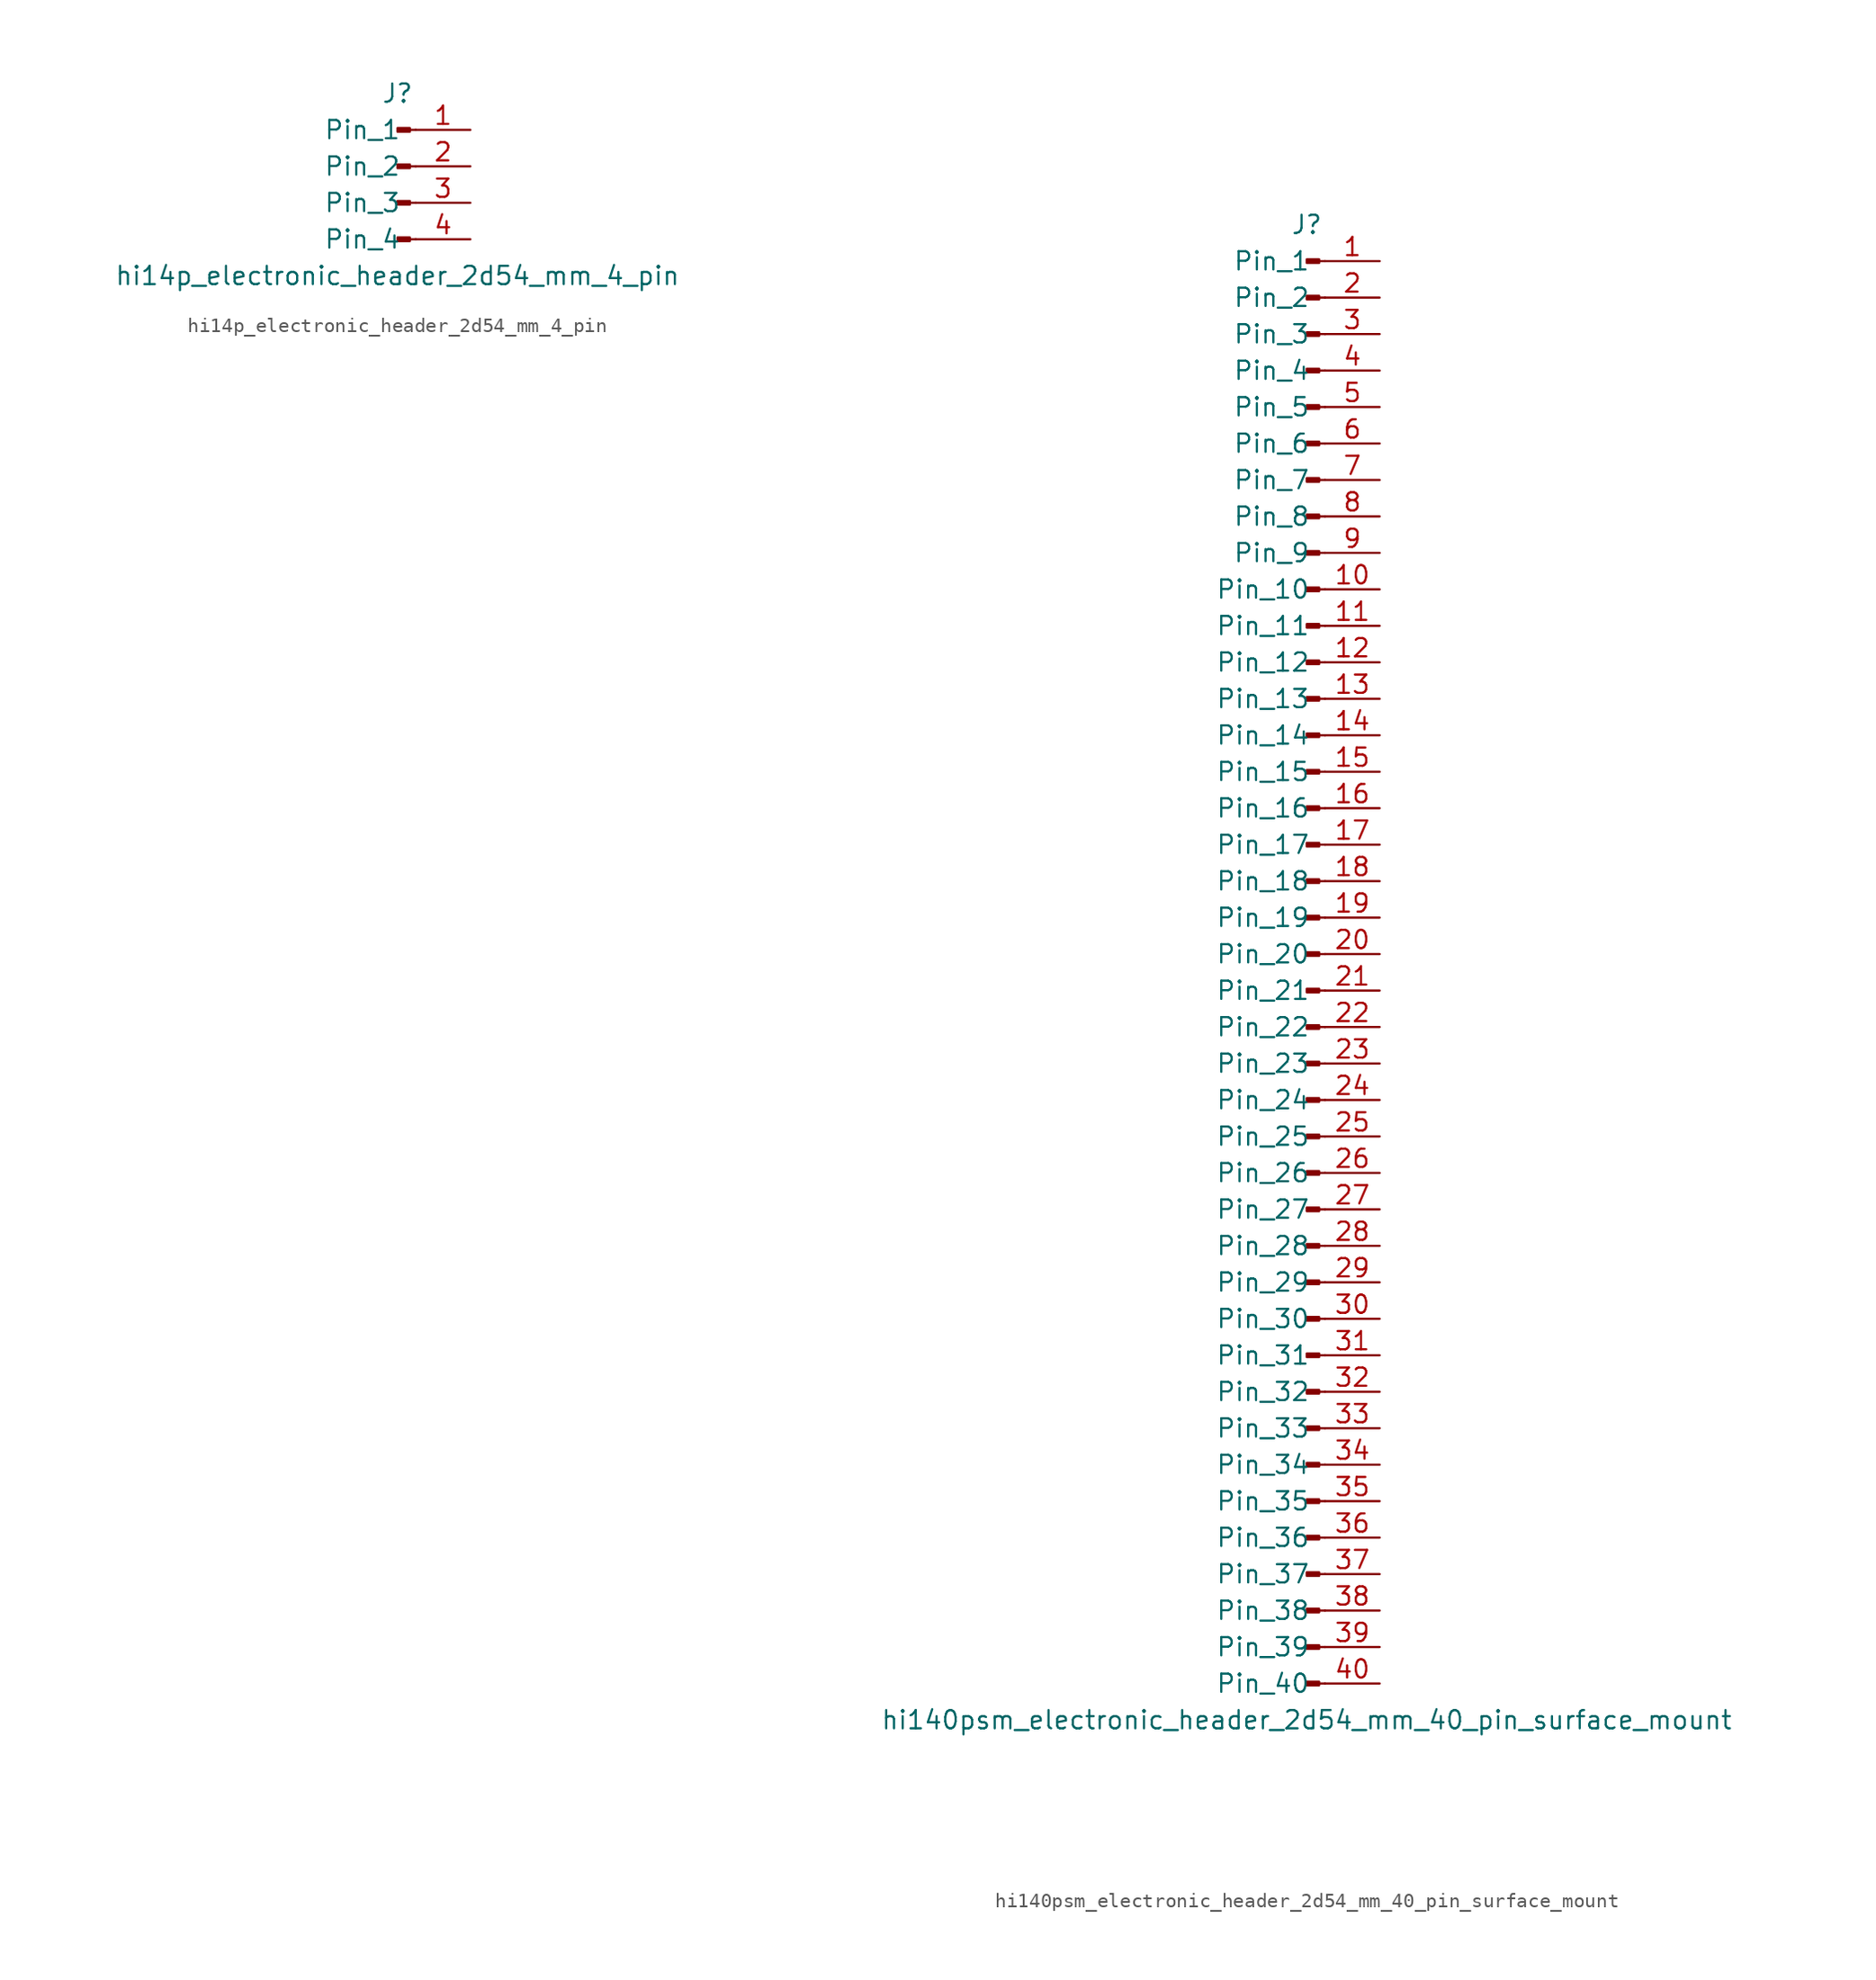
<source format=kicad_sym>
(kicad_symbol_lib
  (version 20220914)
  (generator kicad_symbol_editor)
  (symbol "hi14p_electronic_header_2d54_mm_4_pin"
    (pin_names
      (offset 1.016))
    (property "Reference" "J"
      (at 0 5.08 0)
      (effects (font (size 1.27 1.27))))
    (property "Value" "hi14p_electronic_header_2d54_mm_4_pin"
      (at 0 -7.62 0)
      (effects (font (size 1.27 1.27))))
    (property "ki_locked" ""
      (at 0 0 0)
      (effects (font (size 1.27 1.27))))
    (symbol "hi14p_electronic_header_2d54_mm_4_pin_1_1"
      (polyline (pts (xy 1.27 -5.08) (xy 0.864 -5.08)) (stroke (width 0.152) (type default)) (fill (type none)))
      (polyline (pts (xy 1.27 -2.54) (xy 0.864 -2.54)) (stroke (width 0.152) (type default)) (fill (type none)))
      (polyline (pts (xy 1.27 0) (xy 0.864 0)) (stroke (width 0.152) (type default)) (fill (type none)))
      (polyline (pts (xy 1.27 2.54) (xy 0.864 2.54)) (stroke (width 0.152) (type default)) (fill (type none)))
      (rectangle (start 0.864 -4.953) (end 0 -5.207) (stroke (width 0.152) (type default)) (fill (type outline)))
      (rectangle (start 0.864 -2.413) (end 0 -2.667) (stroke (width 0.152) (type default)) (fill (type outline)))
      (rectangle (start 0.864 0.127) (end 0 -0.127) (stroke (width 0.152) (type default)) (fill (type outline)))
      (rectangle (start 0.864 2.667) (end 0 2.413) (stroke (width 0.152) (type default)) (fill (type outline)))
      (pin passive line (at 5.08 2.54 180) (length 3.81) (name "Pin_1" (effects (font (size 1.27 1.27)))) (number "1" (effects (font (size 1.27 1.27)))))
      (pin passive line (at 5.08 0 180) (length 3.81) (name "Pin_2" (effects (font (size 1.27 1.27)))) (number "2" (effects (font (size 1.27 1.27)))))
      (pin passive line (at 5.08 -2.54 180) (length 3.81) (name "Pin_3" (effects (font (size 1.27 1.27)))) (number "3" (effects (font (size 1.27 1.27)))))
      (pin passive line (at 5.08 -5.08 180) (length 3.81) (name "Pin_4" (effects (font (size 1.27 1.27)))) (number "4" (effects (font (size 1.27 1.27)))))))
  (symbol "hi140psm_electronic_header_2d54_mm_40_pin_surface_mount"
    (pin_names
      (offset 1.016))
    (property "Reference" "J"
      (at 0 50.8 0)
      (effects (font (size 1.27 1.27))))
    (property "Value" "hi140psm_electronic_header_2d54_mm_40_pin_surface_mount"
      (at 0 -53.34 0)
      (effects (font (size 1.27 1.27))))
    (property "ki_locked" ""
      (at 0 0 0)
      (effects (font (size 1.27 1.27))))
    (symbol "hi140psm_electronic_header_2d54_mm_40_pin_surface_mount_1_1"
      (polyline (pts (xy 1.27 -50.8) (xy 0.864 -50.8)) (stroke (width 0.152) (type default)) (fill (type none)))
      (polyline (pts (xy 1.27 -48.26) (xy 0.864 -48.26)) (stroke (width 0.152) (type default)) (fill (type none)))
      (polyline (pts (xy 1.27 -45.72) (xy 0.864 -45.72)) (stroke (width 0.152) (type default)) (fill (type none)))
      (polyline (pts (xy 1.27 -43.18) (xy 0.864 -43.18)) (stroke (width 0.152) (type default)) (fill (type none)))
      (polyline (pts (xy 1.27 -40.64) (xy 0.864 -40.64)) (stroke (width 0.152) (type default)) (fill (type none)))
      (polyline (pts (xy 1.27 -38.1) (xy 0.864 -38.1)) (stroke (width 0.152) (type default)) (fill (type none)))
      (polyline (pts (xy 1.27 -35.56) (xy 0.864 -35.56)) (stroke (width 0.152) (type default)) (fill (type none)))
      (polyline (pts (xy 1.27 -33.02) (xy 0.864 -33.02)) (stroke (width 0.152) (type default)) (fill (type none)))
      (polyline (pts (xy 1.27 -30.48) (xy 0.864 -30.48)) (stroke (width 0.152) (type default)) (fill (type none)))
      (polyline (pts (xy 1.27 -27.94) (xy 0.864 -27.94)) (stroke (width 0.152) (type default)) (fill (type none)))
      (polyline (pts (xy 1.27 -25.4) (xy 0.864 -25.4)) (stroke (width 0.152) (type default)) (fill (type none)))
      (polyline (pts (xy 1.27 -22.86) (xy 0.864 -22.86)) (stroke (width 0.152) (type default)) (fill (type none)))
      (polyline (pts (xy 1.27 -20.32) (xy 0.864 -20.32)) (stroke (width 0.152) (type default)) (fill (type none)))
      (polyline (pts (xy 1.27 -17.78) (xy 0.864 -17.78)) (stroke (width 0.152) (type default)) (fill (type none)))
      (polyline (pts (xy 1.27 -15.24) (xy 0.864 -15.24)) (stroke (width 0.152) (type default)) (fill (type none)))
      (polyline (pts (xy 1.27 -12.7) (xy 0.864 -12.7)) (stroke (width 0.152) (type default)) (fill (type none)))
      (polyline (pts (xy 1.27 -10.16) (xy 0.864 -10.16)) (stroke (width 0.152) (type default)) (fill (type none)))
      (polyline (pts (xy 1.27 -7.62) (xy 0.864 -7.62)) (stroke (width 0.152) (type default)) (fill (type none)))
      (polyline (pts (xy 1.27 -5.08) (xy 0.864 -5.08)) (stroke (width 0.152) (type default)) (fill (type none)))
      (polyline (pts (xy 1.27 -2.54) (xy 0.864 -2.54)) (stroke (width 0.152) (type default)) (fill (type none)))
      (polyline (pts (xy 1.27 0) (xy 0.864 0)) (stroke (width 0.152) (type default)) (fill (type none)))
      (polyline (pts (xy 1.27 2.54) (xy 0.864 2.54)) (stroke (width 0.152) (type default)) (fill (type none)))
      (polyline (pts (xy 1.27 5.08) (xy 0.864 5.08)) (stroke (width 0.152) (type default)) (fill (type none)))
      (polyline (pts (xy 1.27 7.62) (xy 0.864 7.62)) (stroke (width 0.152) (type default)) (fill (type none)))
      (polyline (pts (xy 1.27 10.16) (xy 0.864 10.16)) (stroke (width 0.152) (type default)) (fill (type none)))
      (polyline (pts (xy 1.27 12.7) (xy 0.864 12.7)) (stroke (width 0.152) (type default)) (fill (type none)))
      (polyline (pts (xy 1.27 15.24) (xy 0.864 15.24)) (stroke (width 0.152) (type default)) (fill (type none)))
      (polyline (pts (xy 1.27 17.78) (xy 0.864 17.78)) (stroke (width 0.152) (type default)) (fill (type none)))
      (polyline (pts (xy 1.27 20.32) (xy 0.864 20.32)) (stroke (width 0.152) (type default)) (fill (type none)))
      (polyline (pts (xy 1.27 22.86) (xy 0.864 22.86)) (stroke (width 0.152) (type default)) (fill (type none)))
      (polyline (pts (xy 1.27 25.4) (xy 0.864 25.4)) (stroke (width 0.152) (type default)) (fill (type none)))
      (polyline (pts (xy 1.27 27.94) (xy 0.864 27.94)) (stroke (width 0.152) (type default)) (fill (type none)))
      (polyline (pts (xy 1.27 30.48) (xy 0.864 30.48)) (stroke (width 0.152) (type default)) (fill (type none)))
      (polyline (pts (xy 1.27 33.02) (xy 0.864 33.02)) (stroke (width 0.152) (type default)) (fill (type none)))
      (polyline (pts (xy 1.27 35.56) (xy 0.864 35.56)) (stroke (width 0.152) (type default)) (fill (type none)))
      (polyline (pts (xy 1.27 38.1) (xy 0.864 38.1)) (stroke (width 0.152) (type default)) (fill (type none)))
      (polyline (pts (xy 1.27 40.64) (xy 0.864 40.64)) (stroke (width 0.152) (type default)) (fill (type none)))
      (polyline (pts (xy 1.27 43.18) (xy 0.864 43.18)) (stroke (width 0.152) (type default)) (fill (type none)))
      (polyline (pts (xy 1.27 45.72) (xy 0.864 45.72)) (stroke (width 0.152) (type default)) (fill (type none)))
      (polyline (pts (xy 1.27 48.26) (xy 0.864 48.26)) (stroke (width 0.152) (type default)) (fill (type none)))
      (rectangle (start 0.864 -50.673) (end 0 -50.927) (stroke (width 0.152) (type default)) (fill (type outline)))
      (rectangle (start 0.864 -48.133) (end 0 -48.387) (stroke (width 0.152) (type default)) (fill (type outline)))
      (rectangle (start 0.864 -45.593) (end 0 -45.847) (stroke (width 0.152) (type default)) (fill (type outline)))
      (rectangle (start 0.864 -43.053) (end 0 -43.307) (stroke (width 0.152) (type default)) (fill (type outline)))
      (rectangle (start 0.864 -40.513) (end 0 -40.767) (stroke (width 0.152) (type default)) (fill (type outline)))
      (rectangle (start 0.864 -37.973) (end 0 -38.227) (stroke (width 0.152) (type default)) (fill (type outline)))
      (rectangle (start 0.864 -35.433) (end 0 -35.687) (stroke (width 0.152) (type default)) (fill (type outline)))
      (rectangle (start 0.864 -32.893) (end 0 -33.147) (stroke (width 0.152) (type default)) (fill (type outline)))
      (rectangle (start 0.864 -30.353) (end 0 -30.607) (stroke (width 0.152) (type default)) (fill (type outline)))
      (rectangle (start 0.864 -27.813) (end 0 -28.067) (stroke (width 0.152) (type default)) (fill (type outline)))
      (rectangle (start 0.864 -25.273) (end 0 -25.527) (stroke (width 0.152) (type default)) (fill (type outline)))
      (rectangle (start 0.864 -22.733) (end 0 -22.987) (stroke (width 0.152) (type default)) (fill (type outline)))
      (rectangle (start 0.864 -20.193) (end 0 -20.447) (stroke (width 0.152) (type default)) (fill (type outline)))
      (rectangle (start 0.864 -17.653) (end 0 -17.907) (stroke (width 0.152) (type default)) (fill (type outline)))
      (rectangle (start 0.864 -15.113) (end 0 -15.367) (stroke (width 0.152) (type default)) (fill (type outline)))
      (rectangle (start 0.864 -12.573) (end 0 -12.827) (stroke (width 0.152) (type default)) (fill (type outline)))
      (rectangle (start 0.864 -10.033) (end 0 -10.287) (stroke (width 0.152) (type default)) (fill (type outline)))
      (rectangle (start 0.864 -7.493) (end 0 -7.747) (stroke (width 0.152) (type default)) (fill (type outline)))
      (rectangle (start 0.864 -4.953) (end 0 -5.207) (stroke (width 0.152) (type default)) (fill (type outline)))
      (rectangle (start 0.864 -2.413) (end 0 -2.667) (stroke (width 0.152) (type default)) (fill (type outline)))
      (rectangle (start 0.864 0.127) (end 0 -0.127) (stroke (width 0.152) (type default)) (fill (type outline)))
      (rectangle (start 0.864 2.667) (end 0 2.413) (stroke (width 0.152) (type default)) (fill (type outline)))
      (rectangle (start 0.864 5.207) (end 0 4.953) (stroke (width 0.152) (type default)) (fill (type outline)))
      (rectangle (start 0.864 7.747) (end 0 7.493) (stroke (width 0.152) (type default)) (fill (type outline)))
      (rectangle (start 0.864 10.287) (end 0 10.033) (stroke (width 0.152) (type default)) (fill (type outline)))
      (rectangle (start 0.864 12.827) (end 0 12.573) (stroke (width 0.152) (type default)) (fill (type outline)))
      (rectangle (start 0.864 15.367) (end 0 15.113) (stroke (width 0.152) (type default)) (fill (type outline)))
      (rectangle (start 0.864 17.907) (end 0 17.653) (stroke (width 0.152) (type default)) (fill (type outline)))
      (rectangle (start 0.864 20.447) (end 0 20.193) (stroke (width 0.152) (type default)) (fill (type outline)))
      (rectangle (start 0.864 22.987) (end 0 22.733) (stroke (width 0.152) (type default)) (fill (type outline)))
      (rectangle (start 0.864 25.527) (end 0 25.273) (stroke (width 0.152) (type default)) (fill (type outline)))
      (rectangle (start 0.864 28.067) (end 0 27.813) (stroke (width 0.152) (type default)) (fill (type outline)))
      (rectangle (start 0.864 30.607) (end 0 30.353) (stroke (width 0.152) (type default)) (fill (type outline)))
      (rectangle (start 0.864 33.147) (end 0 32.893) (stroke (width 0.152) (type default)) (fill (type outline)))
      (rectangle (start 0.864 35.687) (end 0 35.433) (stroke (width 0.152) (type default)) (fill (type outline)))
      (rectangle (start 0.864 38.227) (end 0 37.973) (stroke (width 0.152) (type default)) (fill (type outline)))
      (rectangle (start 0.864 40.767) (end 0 40.513) (stroke (width 0.152) (type default)) (fill (type outline)))
      (rectangle (start 0.864 43.307) (end 0 43.053) (stroke (width 0.152) (type default)) (fill (type outline)))
      (rectangle (start 0.864 45.847) (end 0 45.593) (stroke (width 0.152) (type default)) (fill (type outline)))
      (rectangle (start 0.864 48.387) (end 0 48.133) (stroke (width 0.152) (type default)) (fill (type outline)))
      (pin passive line (at 5.08 48.26 180) (length 3.81) (name "Pin_1" (effects (font (size 1.27 1.27)))) (number "1" (effects (font (size 1.27 1.27)))))
      (pin passive line (at 5.08 25.4 180) (length 3.81) (name "Pin_10" (effects (font (size 1.27 1.27)))) (number "10" (effects (font (size 1.27 1.27)))))
      (pin passive line (at 5.08 22.86 180) (length 3.81) (name "Pin_11" (effects (font (size 1.27 1.27)))) (number "11" (effects (font (size 1.27 1.27)))))
      (pin passive line (at 5.08 20.32 180) (length 3.81) (name "Pin_12" (effects (font (size 1.27 1.27)))) (number "12" (effects (font (size 1.27 1.27)))))
      (pin passive line (at 5.08 17.78 180) (length 3.81) (name "Pin_13" (effects (font (size 1.27 1.27)))) (number "13" (effects (font (size 1.27 1.27)))))
      (pin passive line (at 5.08 15.24 180) (length 3.81) (name "Pin_14" (effects (font (size 1.27 1.27)))) (number "14" (effects (font (size 1.27 1.27)))))
      (pin passive line (at 5.08 12.7 180) (length 3.81) (name "Pin_15" (effects (font (size 1.27 1.27)))) (number "15" (effects (font (size 1.27 1.27)))))
      (pin passive line (at 5.08 10.16 180) (length 3.81) (name "Pin_16" (effects (font (size 1.27 1.27)))) (number "16" (effects (font (size 1.27 1.27)))))
      (pin passive line (at 5.08 7.62 180) (length 3.81) (name "Pin_17" (effects (font (size 1.27 1.27)))) (number "17" (effects (font (size 1.27 1.27)))))
      (pin passive line (at 5.08 5.08 180) (length 3.81) (name "Pin_18" (effects (font (size 1.27 1.27)))) (number "18" (effects (font (size 1.27 1.27)))))
      (pin passive line (at 5.08 2.54 180) (length 3.81) (name "Pin_19" (effects (font (size 1.27 1.27)))) (number "19" (effects (font (size 1.27 1.27)))))
      (pin passive line (at 5.08 45.72 180) (length 3.81) (name "Pin_2" (effects (font (size 1.27 1.27)))) (number "2" (effects (font (size 1.27 1.27)))))
      (pin passive line (at 5.08 0 180) (length 3.81) (name "Pin_20" (effects (font (size 1.27 1.27)))) (number "20" (effects (font (size 1.27 1.27)))))
      (pin passive line (at 5.08 -2.54 180) (length 3.81) (name "Pin_21" (effects (font (size 1.27 1.27)))) (number "21" (effects (font (size 1.27 1.27)))))
      (pin passive line (at 5.08 -5.08 180) (length 3.81) (name "Pin_22" (effects (font (size 1.27 1.27)))) (number "22" (effects (font (size 1.27 1.27)))))
      (pin passive line (at 5.08 -7.62 180) (length 3.81) (name "Pin_23" (effects (font (size 1.27 1.27)))) (number "23" (effects (font (size 1.27 1.27)))))
      (pin passive line (at 5.08 -10.16 180) (length 3.81) (name "Pin_24" (effects (font (size 1.27 1.27)))) (number "24" (effects (font (size 1.27 1.27)))))
      (pin passive line (at 5.08 -12.7 180) (length 3.81) (name "Pin_25" (effects (font (size 1.27 1.27)))) (number "25" (effects (font (size 1.27 1.27)))))
      (pin passive line (at 5.08 -15.24 180) (length 3.81) (name "Pin_26" (effects (font (size 1.27 1.27)))) (number "26" (effects (font (size 1.27 1.27)))))
      (pin passive line (at 5.08 -17.78 180) (length 3.81) (name "Pin_27" (effects (font (size 1.27 1.27)))) (number "27" (effects (font (size 1.27 1.27)))))
      (pin passive line (at 5.08 -20.32 180) (length 3.81) (name "Pin_28" (effects (font (size 1.27 1.27)))) (number "28" (effects (font (size 1.27 1.27)))))
      (pin passive line (at 5.08 -22.86 180) (length 3.81) (name "Pin_29" (effects (font (size 1.27 1.27)))) (number "29" (effects (font (size 1.27 1.27)))))
      (pin passive line (at 5.08 43.18 180) (length 3.81) (name "Pin_3" (effects (font (size 1.27 1.27)))) (number "3" (effects (font (size 1.27 1.27)))))
      (pin passive line (at 5.08 -25.4 180) (length 3.81) (name "Pin_30" (effects (font (size 1.27 1.27)))) (number "30" (effects (font (size 1.27 1.27)))))
      (pin passive line (at 5.08 -27.94 180) (length 3.81) (name "Pin_31" (effects (font (size 1.27 1.27)))) (number "31" (effects (font (size 1.27 1.27)))))
      (pin passive line (at 5.08 -30.48 180) (length 3.81) (name "Pin_32" (effects (font (size 1.27 1.27)))) (number "32" (effects (font (size 1.27 1.27)))))
      (pin passive line (at 5.08 -33.02 180) (length 3.81) (name "Pin_33" (effects (font (size 1.27 1.27)))) (number "33" (effects (font (size 1.27 1.27)))))
      (pin passive line (at 5.08 -35.56 180) (length 3.81) (name "Pin_34" (effects (font (size 1.27 1.27)))) (number "34" (effects (font (size 1.27 1.27)))))
      (pin passive line (at 5.08 -38.1 180) (length 3.81) (name "Pin_35" (effects (font (size 1.27 1.27)))) (number "35" (effects (font (size 1.27 1.27)))))
      (pin passive line (at 5.08 -40.64 180) (length 3.81) (name "Pin_36" (effects (font (size 1.27 1.27)))) (number "36" (effects (font (size 1.27 1.27)))))
      (pin passive line (at 5.08 -43.18 180) (length 3.81) (name "Pin_37" (effects (font (size 1.27 1.27)))) (number "37" (effects (font (size 1.27 1.27)))))
      (pin passive line (at 5.08 -45.72 180) (length 3.81) (name "Pin_38" (effects (font (size 1.27 1.27)))) (number "38" (effects (font (size 1.27 1.27)))))
      (pin passive line (at 5.08 -48.26 180) (length 3.81) (name "Pin_39" (effects (font (size 1.27 1.27)))) (number "39" (effects (font (size 1.27 1.27)))))
      (pin passive line (at 5.08 40.64 180) (length 3.81) (name "Pin_4" (effects (font (size 1.27 1.27)))) (number "4" (effects (font (size 1.27 1.27)))))
      (pin passive line (at 5.08 -50.8 180) (length 3.81) (name "Pin_40" (effects (font (size 1.27 1.27)))) (number "40" (effects (font (size 1.27 1.27)))))
      (pin passive line (at 5.08 38.1 180) (length 3.81) (name "Pin_5" (effects (font (size 1.27 1.27)))) (number "5" (effects (font (size 1.27 1.27)))))
      (pin passive line (at 5.08 35.56 180) (length 3.81) (name "Pin_6" (effects (font (size 1.27 1.27)))) (number "6" (effects (font (size 1.27 1.27)))))
      (pin passive line (at 5.08 33.02 180) (length 3.81) (name "Pin_7" (effects (font (size 1.27 1.27)))) (number "7" (effects (font (size 1.27 1.27)))))
      (pin passive line (at 5.08 30.48 180) (length 3.81) (name "Pin_8" (effects (font (size 1.27 1.27)))) (number "8" (effects (font (size 1.27 1.27)))))
      (pin passive line (at 5.08 27.94 180) (length 3.81) (name "Pin_9" (effects (font (size 1.27 1.27)))) (number "9" (effects (font (size 1.27 1.27))))))))
</source>
